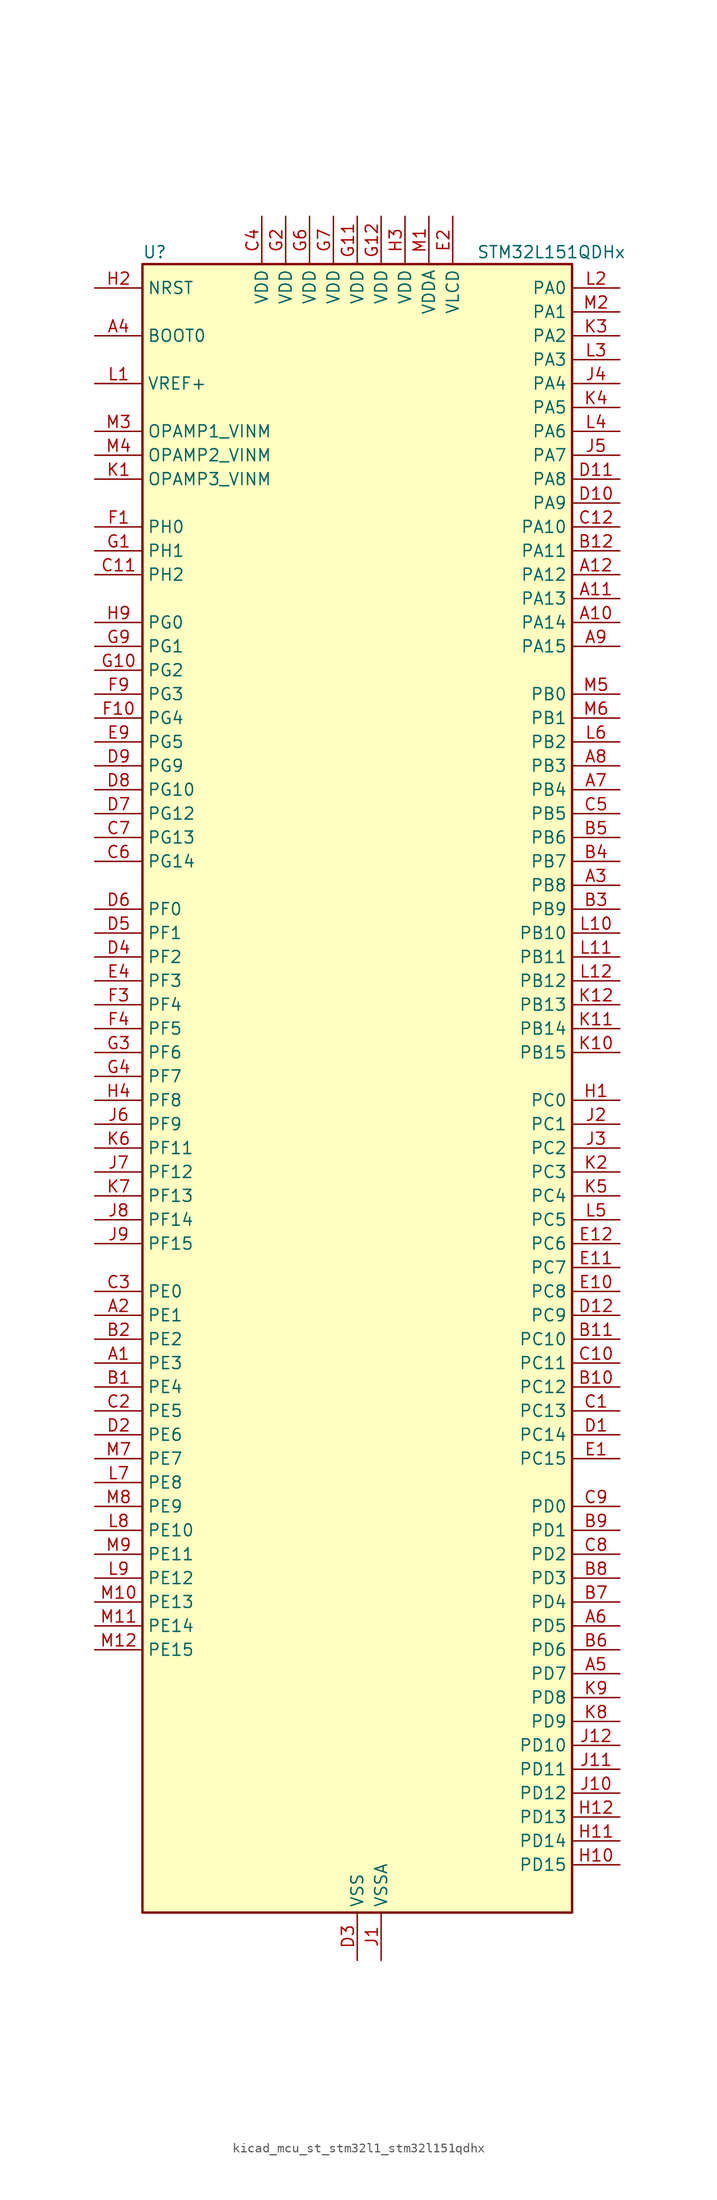
<source format=kicad_sym>
(kicad_symbol_lib
  (version 20220914)
  (generator kicad_symbol_editor)
  (symbol "kicad_mcu_st_stm32l1_stm32l151qdhx"
    (property "Reference" "U"
      (at -22.86 90.17 0)
      (effects (font (size 1.27 1.27)) (justify left)))
    (property "Value" "STM32L151QDHx"
      (at 12.7 90.17 0)
      (effects (font (size 1.27 1.27)) (justify left)))
    (property "ki_locked" ""
      (at 0 0 0)
      (effects (font (size 1.27 1.27))))
    (symbol "kicad_mcu_st_stm32l1_stm32l151qdhx_0_1"
      (rectangle (start -22.86 -86.36) (end 22.86 88.9) (stroke (width 0.254) (type default)) (fill (type background))))
    (symbol "kicad_mcu_st_stm32l1_stm32l151qdhx_1_1"
      (pin bidirectional line (at -27.94 -27.94 0) (length 5.08) (name "PE3" (effects (font (size 1.27 1.27)))) (number "A1" (effects (font (size 1.27 1.27)))) (alternate "FSMC_A19" bidirectional line) (alternate "SYS_TRACED0" bidirectional line) (alternate "TIM3_CH1" bidirectional line) (alternate "TIMX_IC4" bidirectional line))
      (pin bidirectional line (at 27.94 50.8 180) (length 5.08) (name "PA14" (effects (font (size 1.27 1.27)))) (number "A10" (effects (font (size 1.27 1.27)))) (alternate "SYS_JTCK-SWCLK" bidirectional line) (alternate "TIMX_IC3" bidirectional line) (alternate "TS_G5_IO2" bidirectional line))
      (pin bidirectional line (at 27.94 53.34 180) (length 5.08) (name "PA13" (effects (font (size 1.27 1.27)))) (number "A11" (effects (font (size 1.27 1.27)))) (alternate "SYS_JTMS-SWDIO" bidirectional line) (alternate "TIMX_IC2" bidirectional line) (alternate "TS_G5_IO1" bidirectional line))
      (pin bidirectional line (at 27.94 55.88 180) (length 5.08) (name "PA12" (effects (font (size 1.27 1.27)))) (number "A12" (effects (font (size 1.27 1.27)))) (alternate "SPI1_MOSI" bidirectional line) (alternate "TIMX_IC1" bidirectional line) (alternate "USART1_RTS" bidirectional line) (alternate "USB_DP" bidirectional line))
      (pin bidirectional line (at -27.94 -22.86 0) (length 5.08) (name "PE1" (effects (font (size 1.27 1.27)))) (number "A2" (effects (font (size 1.27 1.27)))) (alternate "FSMC_NBL1" bidirectional line) (alternate "TIM11_CH1" bidirectional line) (alternate "TIMX_IC2" bidirectional line))
      (pin bidirectional line (at 27.94 22.86 180) (length 5.08) (name "PB8" (effects (font (size 1.27 1.27)))) (number "A3" (effects (font (size 1.27 1.27)))) (alternate "I2C1_SCL" bidirectional line) (alternate "SDIO_D4" bidirectional line) (alternate "TIM10_CH1" bidirectional line) (alternate "TIM4_CH3" bidirectional line))
      (pin input line (at -27.94 81.28 0) (length 5.08) (name "BOOT0" (effects (font (size 1.27 1.27)))) (number "A4" (effects (font (size 1.27 1.27)))))
      (pin bidirectional line (at 27.94 -60.96 180) (length 5.08) (name "PD7" (effects (font (size 1.27 1.27)))) (number "A5" (effects (font (size 1.27 1.27)))) (alternate "FSMC_NE1" bidirectional line) (alternate "TIM9_CH2" bidirectional line) (alternate "TIMX_IC4" bidirectional line) (alternate "USART2_CK" bidirectional line))
      (pin bidirectional line (at 27.94 -55.88 180) (length 5.08) (name "PD5" (effects (font (size 1.27 1.27)))) (number "A6" (effects (font (size 1.27 1.27)))) (alternate "FSMC_NWE" bidirectional line) (alternate "TIMX_IC2" bidirectional line) (alternate "USART2_TX" bidirectional line))
      (pin bidirectional line (at 27.94 33.02 180) (length 5.08) (name "PB4" (effects (font (size 1.27 1.27)))) (number "A7" (effects (font (size 1.27 1.27)))) (alternate "COMP2_INP" bidirectional line) (alternate "SPI1_MISO" bidirectional line) (alternate "SPI3_MISO" bidirectional line) (alternate "SYS_JTRST" bidirectional line) (alternate "TIM3_CH1" bidirectional line) (alternate "TS_G6_IO1" bidirectional line))
      (pin bidirectional line (at 27.94 35.56 180) (length 5.08) (name "PB3" (effects (font (size 1.27 1.27)))) (number "A8" (effects (font (size 1.27 1.27)))) (alternate "COMP2_INM" bidirectional line) (alternate "I2S3_CK" bidirectional line) (alternate "SPI1_SCK" bidirectional line) (alternate "SPI3_SCK" bidirectional line) (alternate "SYS_JTDO-TRACESWO" bidirectional line) (alternate "TIM2_CH2" bidirectional line))
      (pin bidirectional line (at 27.94 48.26 180) (length 5.08) (name "PA15" (effects (font (size 1.27 1.27)))) (number "A9" (effects (font (size 1.27 1.27)))) (alternate "ADC_EXTI15" bidirectional line) (alternate "I2S3_WS" bidirectional line) (alternate "SPI1_NSS" bidirectional line) (alternate "SPI3_NSS" bidirectional line) (alternate "SYS_JTDI" bidirectional line) (alternate "TIM2_CH1" bidirectional line) (alternate "TIM2_ETR" bidirectional line) (alternate "TIMX_IC4" bidirectional line) (alternate "TS_G5_IO3" bidirectional line))
      (pin bidirectional line (at -27.94 -30.48 0) (length 5.08) (name "PE4" (effects (font (size 1.27 1.27)))) (number "B1" (effects (font (size 1.27 1.27)))) (alternate "FSMC_A20" bidirectional line) (alternate "SYS_TRACED1" bidirectional line) (alternate "TIM3_CH2" bidirectional line) (alternate "TIMX_IC1" bidirectional line))
      (pin bidirectional line (at 27.94 -30.48 180) (length 5.08) (name "PC12" (effects (font (size 1.27 1.27)))) (number "B10" (effects (font (size 1.27 1.27)))) (alternate "I2S3_SD" bidirectional line) (alternate "SDIO_CK" bidirectional line) (alternate "SPI3_MOSI" bidirectional line) (alternate "TIMX_IC1" bidirectional line) (alternate "UART5_TX" bidirectional line) (alternate "USART3_CK" bidirectional line))
      (pin bidirectional line (at 27.94 -25.4 180) (length 5.08) (name "PC10" (effects (font (size 1.27 1.27)))) (number "B11" (effects (font (size 1.27 1.27)))) (alternate "I2S3_CK" bidirectional line) (alternate "SDIO_D2" bidirectional line) (alternate "SPI3_SCK" bidirectional line) (alternate "TIMX_IC3" bidirectional line) (alternate "UART4_TX" bidirectional line) (alternate "USART3_TX" bidirectional line))
      (pin bidirectional line (at 27.94 58.42 180) (length 5.08) (name "PA11" (effects (font (size 1.27 1.27)))) (number "B12" (effects (font (size 1.27 1.27)))) (alternate "ADC_EXTI11" bidirectional line) (alternate "SPI1_MISO" bidirectional line) (alternate "TIMX_IC4" bidirectional line) (alternate "USART1_CTS" bidirectional line) (alternate "USB_DM" bidirectional line))
      (pin bidirectional line (at -27.94 -25.4 0) (length 5.08) (name "PE2" (effects (font (size 1.27 1.27)))) (number "B2" (effects (font (size 1.27 1.27)))) (alternate "FSMC_A23" bidirectional line) (alternate "SYS_TRACECK" bidirectional line) (alternate "TIM3_ETR" bidirectional line) (alternate "TIMX_IC3" bidirectional line))
      (pin bidirectional line (at 27.94 20.32 180) (length 5.08) (name "PB9" (effects (font (size 1.27 1.27)))) (number "B3" (effects (font (size 1.27 1.27)))) (alternate "DAC_EXTI9" bidirectional line) (alternate "I2C1_SDA" bidirectional line) (alternate "SDIO_D5" bidirectional line) (alternate "TIM11_CH1" bidirectional line) (alternate "TIM4_CH4" bidirectional line))
      (pin bidirectional line (at 27.94 25.4 180) (length 5.08) (name "PB7" (effects (font (size 1.27 1.27)))) (number "B4" (effects (font (size 1.27 1.27)))) (alternate "COMP2_INP" bidirectional line) (alternate "FSMC_NL" bidirectional line) (alternate "I2C1_SDA" bidirectional line) (alternate "SYS_PVD_IN" bidirectional line) (alternate "TIM4_CH2" bidirectional line) (alternate "TS_G6_IO4" bidirectional line) (alternate "USART1_RX" bidirectional line))
      (pin bidirectional line (at 27.94 27.94 180) (length 5.08) (name "PB6" (effects (font (size 1.27 1.27)))) (number "B5" (effects (font (size 1.27 1.27)))) (alternate "COMP2_INP" bidirectional line) (alternate "I2C1_SCL" bidirectional line) (alternate "TIM4_CH1" bidirectional line) (alternate "TS_G6_IO3" bidirectional line) (alternate "USART1_TX" bidirectional line))
      (pin bidirectional line (at 27.94 -58.42 180) (length 5.08) (name "PD6" (effects (font (size 1.27 1.27)))) (number "B6" (effects (font (size 1.27 1.27)))) (alternate "FSMC_NWAIT" bidirectional line) (alternate "TIMX_IC3" bidirectional line) (alternate "USART2_RX" bidirectional line))
      (pin bidirectional line (at 27.94 -53.34 180) (length 5.08) (name "PD4" (effects (font (size 1.27 1.27)))) (number "B7" (effects (font (size 1.27 1.27)))) (alternate "FSMC_NOE" bidirectional line) (alternate "I2S2_SD" bidirectional line) (alternate "SPI2_MOSI" bidirectional line) (alternate "TIMX_IC1" bidirectional line) (alternate "USART2_RTS" bidirectional line))
      (pin bidirectional line (at 27.94 -50.8 180) (length 5.08) (name "PD3" (effects (font (size 1.27 1.27)))) (number "B8" (effects (font (size 1.27 1.27)))) (alternate "FSMC_CLK" bidirectional line) (alternate "SPI2_MISO" bidirectional line) (alternate "TIMX_IC4" bidirectional line) (alternate "USART2_CTS" bidirectional line))
      (pin bidirectional line (at 27.94 -45.72 180) (length 5.08) (name "PD1" (effects (font (size 1.27 1.27)))) (number "B9" (effects (font (size 1.27 1.27)))) (alternate "FSMC_D3" bidirectional line) (alternate "FSMC_DA3" bidirectional line) (alternate "I2S2_CK" bidirectional line) (alternate "SPI2_SCK" bidirectional line) (alternate "TIMX_IC2" bidirectional line))
      (pin bidirectional line (at 27.94 -33.02 180) (length 5.08) (name "PC13" (effects (font (size 1.27 1.27)))) (number "C1" (effects (font (size 1.27 1.27)))) (alternate "RTC_OUT_ALARM" bidirectional line) (alternate "RTC_OUT_CALIB" bidirectional line) (alternate "RTC_TAMP1" bidirectional line) (alternate "RTC_TS" bidirectional line) (alternate "SYS_WKUP2" bidirectional line) (alternate "TIMX_IC2" bidirectional line))
      (pin bidirectional line (at 27.94 -27.94 180) (length 5.08) (name "PC11" (effects (font (size 1.27 1.27)))) (number "C10" (effects (font (size 1.27 1.27)))) (alternate "ADC_EXTI11" bidirectional line) (alternate "SDIO_D3" bidirectional line) (alternate "SPI3_MISO" bidirectional line) (alternate "TIMX_IC4" bidirectional line) (alternate "UART4_RX" bidirectional line) (alternate "USART3_RX" bidirectional line))
      (pin bidirectional line (at -27.94 55.88 0) (length 5.08) (name "PH2" (effects (font (size 1.27 1.27)))) (number "C11" (effects (font (size 1.27 1.27)))) (alternate "FSMC_A22" bidirectional line))
      (pin bidirectional line (at 27.94 60.96 180) (length 5.08) (name "PA10" (effects (font (size 1.27 1.27)))) (number "C12" (effects (font (size 1.27 1.27)))) (alternate "TIMX_IC3" bidirectional line) (alternate "TS_G4_IO3" bidirectional line) (alternate "USART1_RX" bidirectional line))
      (pin bidirectional line (at -27.94 -33.02 0) (length 5.08) (name "PE5" (effects (font (size 1.27 1.27)))) (number "C2" (effects (font (size 1.27 1.27)))) (alternate "FSMC_A21" bidirectional line) (alternate "SYS_TRACED2" bidirectional line) (alternate "TIM9_CH1" bidirectional line) (alternate "TIMX_IC2" bidirectional line))
      (pin bidirectional line (at -27.94 -20.32 0) (length 5.08) (name "PE0" (effects (font (size 1.27 1.27)))) (number "C3" (effects (font (size 1.27 1.27)))) (alternate "FSMC_NBL0" bidirectional line) (alternate "TIM10_CH1" bidirectional line) (alternate "TIM4_ETR" bidirectional line) (alternate "TIMX_IC1" bidirectional line))
      (pin power_in line (at -10.16 93.98 270) (length 5.08) (name "VDD" (effects (font (size 1.27 1.27)))) (number "C4" (effects (font (size 1.27 1.27)))))
      (pin bidirectional line (at 27.94 30.48 180) (length 5.08) (name "PB5" (effects (font (size 1.27 1.27)))) (number "C5" (effects (font (size 1.27 1.27)))) (alternate "COMP2_INP" bidirectional line) (alternate "I2C1_SMBA" bidirectional line) (alternate "I2S3_SD" bidirectional line) (alternate "SPI1_MOSI" bidirectional line) (alternate "SPI3_MOSI" bidirectional line) (alternate "TIM3_CH2" bidirectional line) (alternate "TS_G6_IO2" bidirectional line))
      (pin bidirectional line (at -27.94 25.4 0) (length 5.08) (name "PG14" (effects (font (size 1.27 1.27)))) (number "C6" (effects (font (size 1.27 1.27)))) (alternate "FSMC_A25" bidirectional line))
      (pin bidirectional line (at -27.94 27.94 0) (length 5.08) (name "PG13" (effects (font (size 1.27 1.27)))) (number "C7" (effects (font (size 1.27 1.27)))) (alternate "FSMC_A24" bidirectional line))
      (pin bidirectional line (at 27.94 -48.26 180) (length 5.08) (name "PD2" (effects (font (size 1.27 1.27)))) (number "C8" (effects (font (size 1.27 1.27)))) (alternate "SDIO_CMD" bidirectional line) (alternate "TIM3_ETR" bidirectional line) (alternate "TIMX_IC3" bidirectional line) (alternate "UART5_RX" bidirectional line))
      (pin bidirectional line (at 27.94 -43.18 180) (length 5.08) (name "PD0" (effects (font (size 1.27 1.27)))) (number "C9" (effects (font (size 1.27 1.27)))) (alternate "FSMC_D2" bidirectional line) (alternate "FSMC_DA2" bidirectional line) (alternate "I2S2_WS" bidirectional line) (alternate "SPI2_NSS" bidirectional line) (alternate "TIM9_CH1" bidirectional line) (alternate "TIMX_IC1" bidirectional line))
      (pin bidirectional line (at 27.94 -35.56 180) (length 5.08) (name "PC14" (effects (font (size 1.27 1.27)))) (number "D1" (effects (font (size 1.27 1.27)))) (alternate "RCC_OSC32_IN" bidirectional line) (alternate "TIMX_IC3" bidirectional line))
      (pin bidirectional line (at 27.94 63.5 180) (length 5.08) (name "PA9" (effects (font (size 1.27 1.27)))) (number "D10" (effects (font (size 1.27 1.27)))) (alternate "DAC_EXTI9" bidirectional line) (alternate "TIMX_IC2" bidirectional line) (alternate "TS_G4_IO2" bidirectional line) (alternate "USART1_TX" bidirectional line))
      (pin bidirectional line (at 27.94 66.04 180) (length 5.08) (name "PA8" (effects (font (size 1.27 1.27)))) (number "D11" (effects (font (size 1.27 1.27)))) (alternate "RCC_MCO" bidirectional line) (alternate "TIMX_IC1" bidirectional line) (alternate "TS_G4_IO1" bidirectional line) (alternate "USART1_CK" bidirectional line))
      (pin bidirectional line (at 27.94 -22.86 180) (length 5.08) (name "PC9" (effects (font (size 1.27 1.27)))) (number "D12" (effects (font (size 1.27 1.27)))) (alternate "DAC_EXTI9" bidirectional line) (alternate "SDIO_D1" bidirectional line) (alternate "TIM3_CH4" bidirectional line) (alternate "TIMX_IC2" bidirectional line) (alternate "TS_G10_IO4" bidirectional line))
      (pin bidirectional line (at -27.94 -35.56 0) (length 5.08) (name "PE6" (effects (font (size 1.27 1.27)))) (number "D2" (effects (font (size 1.27 1.27)))) (alternate "RTC_TAMP3" bidirectional line) (alternate "SYS_TRACED3" bidirectional line) (alternate "SYS_WKUP3" bidirectional line) (alternate "TIM9_CH2" bidirectional line) (alternate "TIMX_IC3" bidirectional line))
      (pin power_in line (at 0 -91.44 90) (length 5.08) (name "VSS" (effects (font (size 1.27 1.27)))) (number "D3" (effects (font (size 1.27 1.27)))))
      (pin bidirectional line (at -27.94 15.24 0) (length 5.08) (name "PF2" (effects (font (size 1.27 1.27)))) (number "D4" (effects (font (size 1.27 1.27)))) (alternate "FSMC_A2" bidirectional line))
      (pin bidirectional line (at -27.94 17.78 0) (length 5.08) (name "PF1" (effects (font (size 1.27 1.27)))) (number "D5" (effects (font (size 1.27 1.27)))) (alternate "FSMC_A1" bidirectional line))
      (pin bidirectional line (at -27.94 20.32 0) (length 5.08) (name "PF0" (effects (font (size 1.27 1.27)))) (number "D6" (effects (font (size 1.27 1.27)))) (alternate "FSMC_A0" bidirectional line))
      (pin bidirectional line (at -27.94 30.48 0) (length 5.08) (name "PG12" (effects (font (size 1.27 1.27)))) (number "D7" (effects (font (size 1.27 1.27)))) (alternate "FSMC_NE4" bidirectional line))
      (pin bidirectional line (at -27.94 33.02 0) (length 5.08) (name "PG10" (effects (font (size 1.27 1.27)))) (number "D8" (effects (font (size 1.27 1.27)))) (alternate "FSMC_NE3" bidirectional line))
      (pin bidirectional line (at -27.94 35.56 0) (length 5.08) (name "PG9" (effects (font (size 1.27 1.27)))) (number "D9" (effects (font (size 1.27 1.27)))) (alternate "DAC_EXTI9" bidirectional line) (alternate "FSMC_NE2" bidirectional line))
      (pin bidirectional line (at 27.94 -38.1 180) (length 5.08) (name "PC15" (effects (font (size 1.27 1.27)))) (number "E1" (effects (font (size 1.27 1.27)))) (alternate "ADC_EXTI15" bidirectional line) (alternate "RCC_OSC32_OUT" bidirectional line) (alternate "TIMX_IC4" bidirectional line))
      (pin bidirectional line (at 27.94 -20.32 180) (length 5.08) (name "PC8" (effects (font (size 1.27 1.27)))) (number "E10" (effects (font (size 1.27 1.27)))) (alternate "SDIO_D0" bidirectional line) (alternate "TIM3_CH3" bidirectional line) (alternate "TIMX_IC1" bidirectional line) (alternate "TS_G10_IO3" bidirectional line))
      (pin bidirectional line (at 27.94 -17.78 180) (length 5.08) (name "PC7" (effects (font (size 1.27 1.27)))) (number "E11" (effects (font (size 1.27 1.27)))) (alternate "I2S3_MCK" bidirectional line) (alternate "SDIO_D7" bidirectional line) (alternate "TIM3_CH2" bidirectional line) (alternate "TIMX_IC4" bidirectional line) (alternate "TS_G10_IO2" bidirectional line))
      (pin bidirectional line (at 27.94 -15.24 180) (length 5.08) (name "PC6" (effects (font (size 1.27 1.27)))) (number "E12" (effects (font (size 1.27 1.27)))) (alternate "I2S2_MCK" bidirectional line) (alternate "SDIO_D6" bidirectional line) (alternate "TIM3_CH1" bidirectional line) (alternate "TIMX_IC3" bidirectional line) (alternate "TS_G10_IO1" bidirectional line))
      (pin power_in line (at 10.16 93.98 270) (length 5.08) (name "VLCD" (effects (font (size 1.27 1.27)))) (number "E2" (effects (font (size 1.27 1.27)))))
      (pin passive line (at 0 -91.44 90) (length 5.08) hide (name "VSS" (effects (font (size 1.27 1.27)))) (number "E3" (effects (font (size 1.27 1.27)))))
      (pin bidirectional line (at -27.94 12.7 0) (length 5.08) (name "PF3" (effects (font (size 1.27 1.27)))) (number "E4" (effects (font (size 1.27 1.27)))) (alternate "FSMC_A3" bidirectional line))
      (pin bidirectional line (at -27.94 38.1 0) (length 5.08) (name "PG5" (effects (font (size 1.27 1.27)))) (number "E9" (effects (font (size 1.27 1.27)))) (alternate "FSMC_A15" bidirectional line))
      (pin bidirectional line (at -27.94 60.96 0) (length 5.08) (name "PH0" (effects (font (size 1.27 1.27)))) (number "F1" (effects (font (size 1.27 1.27)))) (alternate "RCC_OSC_IN" bidirectional line))
      (pin bidirectional line (at -27.94 40.64 0) (length 5.08) (name "PG4" (effects (font (size 1.27 1.27)))) (number "F10" (effects (font (size 1.27 1.27)))) (alternate "ADC_IN12b" bidirectional line) (alternate "FSMC_A14" bidirectional line) (alternate "TS_G7_IO7" bidirectional line))
      (pin passive line (at 0 -91.44 90) (length 5.08) hide (name "VSS" (effects (font (size 1.27 1.27)))) (number "F11" (effects (font (size 1.27 1.27)))))
      (pin passive line (at 0 -91.44 90) (length 5.08) hide (name "VSS" (effects (font (size 1.27 1.27)))) (number "F12" (effects (font (size 1.27 1.27)))))
      (pin passive line (at 0 -91.44 90) (length 5.08) hide (name "VSS" (effects (font (size 1.27 1.27)))) (number "F2" (effects (font (size 1.27 1.27)))))
      (pin bidirectional line (at -27.94 10.16 0) (length 5.08) (name "PF4" (effects (font (size 1.27 1.27)))) (number "F3" (effects (font (size 1.27 1.27)))) (alternate "FSMC_A4" bidirectional line))
      (pin bidirectional line (at -27.94 7.62 0) (length 5.08) (name "PF5" (effects (font (size 1.27 1.27)))) (number "F4" (effects (font (size 1.27 1.27)))) (alternate "FSMC_A5" bidirectional line))
      (pin passive line (at 0 -91.44 90) (length 5.08) hide (name "VSS" (effects (font (size 1.27 1.27)))) (number "F6" (effects (font (size 1.27 1.27)))))
      (pin passive line (at 0 -91.44 90) (length 5.08) hide (name "VSS" (effects (font (size 1.27 1.27)))) (number "F7" (effects (font (size 1.27 1.27)))))
      (pin bidirectional line (at -27.94 43.18 0) (length 5.08) (name "PG3" (effects (font (size 1.27 1.27)))) (number "F9" (effects (font (size 1.27 1.27)))) (alternate "ADC_IN11b" bidirectional line) (alternate "FSMC_A13" bidirectional line) (alternate "TS_G7_IO6" bidirectional line))
      (pin bidirectional line (at -27.94 58.42 0) (length 5.08) (name "PH1" (effects (font (size 1.27 1.27)))) (number "G1" (effects (font (size 1.27 1.27)))) (alternate "RCC_OSC_OUT" bidirectional line))
      (pin bidirectional line (at -27.94 45.72 0) (length 5.08) (name "PG2" (effects (font (size 1.27 1.27)))) (number "G10" (effects (font (size 1.27 1.27)))) (alternate "ADC_IN10b" bidirectional line) (alternate "FSMC_A12" bidirectional line) (alternate "TS_G7_IO5" bidirectional line))
      (pin power_in line (at 0 93.98 270) (length 5.08) (name "VDD" (effects (font (size 1.27 1.27)))) (number "G11" (effects (font (size 1.27 1.27)))))
      (pin power_in line (at 2.54 93.98 270) (length 5.08) (name "VDD" (effects (font (size 1.27 1.27)))) (number "G12" (effects (font (size 1.27 1.27)))))
      (pin power_in line (at -7.62 93.98 270) (length 5.08) (name "VDD" (effects (font (size 1.27 1.27)))) (number "G2" (effects (font (size 1.27 1.27)))))
      (pin bidirectional line (at -27.94 5.08 0) (length 5.08) (name "PF6" (effects (font (size 1.27 1.27)))) (number "G3" (effects (font (size 1.27 1.27)))) (alternate "ADC_IN27" bidirectional line) (alternate "TIM5_CH1" bidirectional line) (alternate "TIM5_ETR" bidirectional line) (alternate "TS_G11_IO1" bidirectional line))
      (pin bidirectional line (at -27.94 2.54 0) (length 5.08) (name "PF7" (effects (font (size 1.27 1.27)))) (number "G4" (effects (font (size 1.27 1.27)))) (alternate "ADC_IN28" bidirectional line) (alternate "COMP1_INP" bidirectional line) (alternate "TIM5_CH2" bidirectional line) (alternate "TS_G11_IO2" bidirectional line))
      (pin power_in line (at -5.08 93.98 270) (length 5.08) (name "VDD" (effects (font (size 1.27 1.27)))) (number "G6" (effects (font (size 1.27 1.27)))))
      (pin power_in line (at -2.54 93.98 270) (length 5.08) (name "VDD" (effects (font (size 1.27 1.27)))) (number "G7" (effects (font (size 1.27 1.27)))))
      (pin bidirectional line (at -27.94 48.26 0) (length 5.08) (name "PG1" (effects (font (size 1.27 1.27)))) (number "G9" (effects (font (size 1.27 1.27)))) (alternate "ADC_IN9b" bidirectional line) (alternate "FSMC_A11" bidirectional line) (alternate "TS_G2_IO5" bidirectional line))
      (pin bidirectional line (at 27.94 0 180) (length 5.08) (name "PC0" (effects (font (size 1.27 1.27)))) (number "H1" (effects (font (size 1.27 1.27)))) (alternate "ADC_IN10" bidirectional line) (alternate "COMP1_INP" bidirectional line) (alternate "TIMX_IC1" bidirectional line) (alternate "TS_G8_IO1" bidirectional line))
      (pin bidirectional line (at 27.94 -81.28 180) (length 5.08) (name "PD15" (effects (font (size 1.27 1.27)))) (number "H10" (effects (font (size 1.27 1.27)))) (alternate "ADC_EXTI15" bidirectional line) (alternate "FSMC_D1" bidirectional line) (alternate "FSMC_DA1" bidirectional line) (alternate "TIM4_CH4" bidirectional line) (alternate "TIMX_IC4" bidirectional line))
      (pin bidirectional line (at 27.94 -78.74 180) (length 5.08) (name "PD14" (effects (font (size 1.27 1.27)))) (number "H11" (effects (font (size 1.27 1.27)))) (alternate "FSMC_D0" bidirectional line) (alternate "FSMC_DA0" bidirectional line) (alternate "TIM4_CH3" bidirectional line) (alternate "TIMX_IC3" bidirectional line))
      (pin bidirectional line (at 27.94 -76.2 180) (length 5.08) (name "PD13" (effects (font (size 1.27 1.27)))) (number "H12" (effects (font (size 1.27 1.27)))) (alternate "FSMC_A18" bidirectional line) (alternate "TIM4_CH2" bidirectional line) (alternate "TIMX_IC2" bidirectional line))
      (pin input line (at -27.94 86.36 0) (length 5.08) (name "NRST" (effects (font (size 1.27 1.27)))) (number "H2" (effects (font (size 1.27 1.27)))))
      (pin power_in line (at 5.08 93.98 270) (length 5.08) (name "VDD" (effects (font (size 1.27 1.27)))) (number "H3" (effects (font (size 1.27 1.27)))))
      (pin bidirectional line (at -27.94 0 0) (length 5.08) (name "PF8" (effects (font (size 1.27 1.27)))) (number "H4" (effects (font (size 1.27 1.27)))) (alternate "ADC_IN29" bidirectional line) (alternate "COMP1_INP" bidirectional line) (alternate "TIM5_CH3" bidirectional line) (alternate "TS_G11_IO3" bidirectional line))
      (pin bidirectional line (at -27.94 50.8 0) (length 5.08) (name "PG0" (effects (font (size 1.27 1.27)))) (number "H9" (effects (font (size 1.27 1.27)))) (alternate "ADC_IN8b" bidirectional line) (alternate "FSMC_A10" bidirectional line) (alternate "TS_G2_IO4" bidirectional line))
      (pin power_in line (at 2.54 -91.44 90) (length 5.08) (name "VSSA" (effects (font (size 1.27 1.27)))) (number "J1" (effects (font (size 1.27 1.27)))))
      (pin bidirectional line (at 27.94 -73.66 180) (length 5.08) (name "PD12" (effects (font (size 1.27 1.27)))) (number "J10" (effects (font (size 1.27 1.27)))) (alternate "FSMC_A17" bidirectional line) (alternate "TIM4_CH1" bidirectional line) (alternate "TIMX_IC1" bidirectional line) (alternate "USART3_RTS" bidirectional line))
      (pin bidirectional line (at 27.94 -71.12 180) (length 5.08) (name "PD11" (effects (font (size 1.27 1.27)))) (number "J11" (effects (font (size 1.27 1.27)))) (alternate "ADC_EXTI11" bidirectional line) (alternate "FSMC_A16" bidirectional line) (alternate "TIMX_IC4" bidirectional line) (alternate "USART3_CTS" bidirectional line))
      (pin bidirectional line (at 27.94 -68.58 180) (length 5.08) (name "PD10" (effects (font (size 1.27 1.27)))) (number "J12" (effects (font (size 1.27 1.27)))) (alternate "FSMC_D15" bidirectional line) (alternate "FSMC_DA15" bidirectional line) (alternate "TIMX_IC3" bidirectional line) (alternate "USART3_CK" bidirectional line))
      (pin bidirectional line (at 27.94 -2.54 180) (length 5.08) (name "PC1" (effects (font (size 1.27 1.27)))) (number "J2" (effects (font (size 1.27 1.27)))) (alternate "ADC_IN11" bidirectional line) (alternate "COMP1_INP" bidirectional line) (alternate "OPAMP3_VINP" bidirectional line) (alternate "TIMX_IC2" bidirectional line) (alternate "TS_G8_IO2" bidirectional line))
      (pin bidirectional line (at 27.94 -5.08 180) (length 5.08) (name "PC2" (effects (font (size 1.27 1.27)))) (number "J3" (effects (font (size 1.27 1.27)))) (alternate "ADC_IN12" bidirectional line) (alternate "COMP1_INP" bidirectional line) (alternate "TIMX_IC3" bidirectional line) (alternate "TS_G8_IO3" bidirectional line))
      (pin bidirectional line (at 27.94 76.2 180) (length 5.08) (name "PA4" (effects (font (size 1.27 1.27)))) (number "J4" (effects (font (size 1.27 1.27)))) (alternate "ADC_IN4" bidirectional line) (alternate "COMP1_INP" bidirectional line) (alternate "DAC_OUT1" bidirectional line) (alternate "I2S3_WS" bidirectional line) (alternate "SPI1_NSS" bidirectional line) (alternate "SPI3_NSS" bidirectional line) (alternate "TIMX_IC1" bidirectional line) (alternate "USART2_CK" bidirectional line))
      (pin bidirectional line (at 27.94 68.58 180) (length 5.08) (name "PA7" (effects (font (size 1.27 1.27)))) (number "J5" (effects (font (size 1.27 1.27)))) (alternate "ADC_IN7" bidirectional line) (alternate "COMP1_INP" bidirectional line) (alternate "SPI1_MOSI" bidirectional line) (alternate "TIM11_CH1" bidirectional line) (alternate "TIM3_CH2" bidirectional line) (alternate "TIMX_IC4" bidirectional line) (alternate "TS_G2_IO2" bidirectional line))
      (pin bidirectional line (at -27.94 -2.54 0) (length 5.08) (name "PF9" (effects (font (size 1.27 1.27)))) (number "J6" (effects (font (size 1.27 1.27)))) (alternate "ADC_IN30" bidirectional line) (alternate "COMP1_INP" bidirectional line) (alternate "DAC_EXTI9" bidirectional line) (alternate "TIM5_CH4" bidirectional line) (alternate "TS_G11_IO4" bidirectional line))
      (pin bidirectional line (at -27.94 -7.62 0) (length 5.08) (name "PF12" (effects (font (size 1.27 1.27)))) (number "J7" (effects (font (size 1.27 1.27)))) (alternate "ADC_IN2b" bidirectional line) (alternate "FSMC_A6" bidirectional line) (alternate "TS_G3_IO5" bidirectional line))
      (pin bidirectional line (at -27.94 -12.7 0) (length 5.08) (name "PF14" (effects (font (size 1.27 1.27)))) (number "J8" (effects (font (size 1.27 1.27)))) (alternate "ADC_IN6b" bidirectional line) (alternate "FSMC_A8" bidirectional line) (alternate "TS_G9_IO4" bidirectional line))
      (pin bidirectional line (at -27.94 -15.24 0) (length 5.08) (name "PF15" (effects (font (size 1.27 1.27)))) (number "J9" (effects (font (size 1.27 1.27)))) (alternate "ADC_EXTI15" bidirectional line) (alternate "ADC_IN7b" bidirectional line) (alternate "FSMC_A9" bidirectional line) (alternate "TS_G2_IO3" bidirectional line))
      (pin input line (at -27.94 66.04 0) (length 5.08) (name "OPAMP3_VINM" (effects (font (size 1.27 1.27)))) (number "K1" (effects (font (size 1.27 1.27)))) (alternate "OPAMP3_VINM" bidirectional line))
      (pin bidirectional line (at 27.94 5.08 180) (length 5.08) (name "PB15" (effects (font (size 1.27 1.27)))) (number "K10" (effects (font (size 1.27 1.27)))) (alternate "ADC_EXTI15" bidirectional line) (alternate "ADC_IN21" bidirectional line) (alternate "COMP1_INP" bidirectional line) (alternate "I2S2_SD" bidirectional line) (alternate "RTC_REFIN" bidirectional line) (alternate "SPI2_MOSI" bidirectional line) (alternate "TIM11_CH1" bidirectional line) (alternate "TS_G7_IO4" bidirectional line))
      (pin bidirectional line (at 27.94 7.62 180) (length 5.08) (name "PB14" (effects (font (size 1.27 1.27)))) (number "K11" (effects (font (size 1.27 1.27)))) (alternate "ADC_IN20" bidirectional line) (alternate "COMP1_INP" bidirectional line) (alternate "SPI2_MISO" bidirectional line) (alternate "TIM9_CH2" bidirectional line) (alternate "TS_G7_IO3" bidirectional line) (alternate "USART3_RTS" bidirectional line))
      (pin bidirectional line (at 27.94 10.16 180) (length 5.08) (name "PB13" (effects (font (size 1.27 1.27)))) (number "K12" (effects (font (size 1.27 1.27)))) (alternate "ADC_IN19" bidirectional line) (alternate "COMP1_INP" bidirectional line) (alternate "I2S2_CK" bidirectional line) (alternate "SPI2_SCK" bidirectional line) (alternate "TIM9_CH1" bidirectional line) (alternate "TS_G7_IO2" bidirectional line) (alternate "USART3_CTS" bidirectional line))
      (pin bidirectional line (at 27.94 -7.62 180) (length 5.08) (name "PC3" (effects (font (size 1.27 1.27)))) (number "K2" (effects (font (size 1.27 1.27)))) (alternate "ADC_IN13" bidirectional line) (alternate "COMP1_INP" bidirectional line) (alternate "OPAMP3_VOUT" bidirectional line) (alternate "TIMX_IC4" bidirectional line) (alternate "TS_G8_IO4" bidirectional line))
      (pin bidirectional line (at 27.94 81.28 180) (length 5.08) (name "PA2" (effects (font (size 1.27 1.27)))) (number "K3" (effects (font (size 1.27 1.27)))) (alternate "ADC_IN2" bidirectional line) (alternate "COMP1_INP" bidirectional line) (alternate "TIM2_CH3" bidirectional line) (alternate "TIM5_CH3" bidirectional line) (alternate "TIM9_CH1" bidirectional line) (alternate "TIMX_IC3" bidirectional line) (alternate "TS_G1_IO3" bidirectional line) (alternate "USART2_TX" bidirectional line))
      (pin bidirectional line (at 27.94 73.66 180) (length 5.08) (name "PA5" (effects (font (size 1.27 1.27)))) (number "K4" (effects (font (size 1.27 1.27)))) (alternate "ADC_IN5" bidirectional line) (alternate "COMP1_INP" bidirectional line) (alternate "DAC_OUT2" bidirectional line) (alternate "SPI1_SCK" bidirectional line) (alternate "TIM2_CH1" bidirectional line) (alternate "TIM2_ETR" bidirectional line) (alternate "TIMX_IC2" bidirectional line))
      (pin bidirectional line (at 27.94 -10.16 180) (length 5.08) (name "PC4" (effects (font (size 1.27 1.27)))) (number "K5" (effects (font (size 1.27 1.27)))) (alternate "ADC_IN14" bidirectional line) (alternate "COMP1_INP" bidirectional line) (alternate "TIMX_IC1" bidirectional line) (alternate "TS_G9_IO1" bidirectional line))
      (pin bidirectional line (at -27.94 -5.08 0) (length 5.08) (name "PF11" (effects (font (size 1.27 1.27)))) (number "K6" (effects (font (size 1.27 1.27)))) (alternate "ADC_EXTI11" bidirectional line) (alternate "ADC_IN1b" bidirectional line) (alternate "TS_G3_IO4" bidirectional line))
      (pin bidirectional line (at -27.94 -10.16 0) (length 5.08) (name "PF13" (effects (font (size 1.27 1.27)))) (number "K7" (effects (font (size 1.27 1.27)))) (alternate "ADC_IN3b" bidirectional line) (alternate "FSMC_A7" bidirectional line) (alternate "TS_G9_IO3" bidirectional line))
      (pin bidirectional line (at 27.94 -66.04 180) (length 5.08) (name "PD9" (effects (font (size 1.27 1.27)))) (number "K8" (effects (font (size 1.27 1.27)))) (alternate "DAC_EXTI9" bidirectional line) (alternate "FSMC_D14" bidirectional line) (alternate "FSMC_DA14" bidirectional line) (alternate "TIMX_IC2" bidirectional line) (alternate "USART3_RX" bidirectional line))
      (pin bidirectional line (at 27.94 -63.5 180) (length 5.08) (name "PD8" (effects (font (size 1.27 1.27)))) (number "K9" (effects (font (size 1.27 1.27)))) (alternate "FSMC_D13" bidirectional line) (alternate "FSMC_DA13" bidirectional line) (alternate "TIMX_IC1" bidirectional line) (alternate "USART3_TX" bidirectional line))
      (pin input line (at -27.94 76.2 0) (length 5.08) (name "VREF+" (effects (font (size 1.27 1.27)))) (number "L1" (effects (font (size 1.27 1.27)))))
      (pin bidirectional line (at 27.94 17.78 180) (length 5.08) (name "PB10" (effects (font (size 1.27 1.27)))) (number "L10" (effects (font (size 1.27 1.27)))) (alternate "I2C2_SCL" bidirectional line) (alternate "TIM2_CH3" bidirectional line) (alternate "USART3_TX" bidirectional line))
      (pin bidirectional line (at 27.94 15.24 180) (length 5.08) (name "PB11" (effects (font (size 1.27 1.27)))) (number "L11" (effects (font (size 1.27 1.27)))) (alternate "ADC_EXTI11" bidirectional line) (alternate "I2C2_SDA" bidirectional line) (alternate "TIM2_CH4" bidirectional line) (alternate "USART3_RX" bidirectional line))
      (pin bidirectional line (at 27.94 12.7 180) (length 5.08) (name "PB12" (effects (font (size 1.27 1.27)))) (number "L12" (effects (font (size 1.27 1.27)))) (alternate "ADC_IN18" bidirectional line) (alternate "COMP1_INP" bidirectional line) (alternate "I2C2_SMBA" bidirectional line) (alternate "I2S2_WS" bidirectional line) (alternate "SPI2_NSS" bidirectional line) (alternate "TIM10_CH1" bidirectional line) (alternate "TS_G7_IO1" bidirectional line) (alternate "USART3_CK" bidirectional line))
      (pin bidirectional line (at 27.94 86.36 180) (length 5.08) (name "PA0" (effects (font (size 1.27 1.27)))) (number "L2" (effects (font (size 1.27 1.27)))) (alternate "ADC_IN0" bidirectional line) (alternate "COMP1_INP" bidirectional line) (alternate "RTC_TAMP2" bidirectional line) (alternate "SYS_WKUP1" bidirectional line) (alternate "TIM2_CH1" bidirectional line) (alternate "TIM2_ETR" bidirectional line) (alternate "TIM5_CH1" bidirectional line) (alternate "TIMX_IC1" bidirectional line) (alternate "TS_G1_IO1" bidirectional line) (alternate "USART2_CTS" bidirectional line))
      (pin bidirectional line (at 27.94 78.74 180) (length 5.08) (name "PA3" (effects (font (size 1.27 1.27)))) (number "L3" (effects (font (size 1.27 1.27)))) (alternate "ADC_IN3" bidirectional line) (alternate "COMP1_INP" bidirectional line) (alternate "OPAMP1_VOUT" bidirectional line) (alternate "TIM2_CH4" bidirectional line) (alternate "TIM5_CH4" bidirectional line) (alternate "TIM9_CH2" bidirectional line) (alternate "TIMX_IC4" bidirectional line) (alternate "TS_G1_IO4" bidirectional line) (alternate "USART2_RX" bidirectional line))
      (pin bidirectional line (at 27.94 71.12 180) (length 5.08) (name "PA6" (effects (font (size 1.27 1.27)))) (number "L4" (effects (font (size 1.27 1.27)))) (alternate "ADC_IN6" bidirectional line) (alternate "COMP1_INP" bidirectional line) (alternate "OPAMP2_VINP" bidirectional line) (alternate "SPI1_MISO" bidirectional line) (alternate "TIM10_CH1" bidirectional line) (alternate "TIM3_CH1" bidirectional line) (alternate "TIMX_IC3" bidirectional line) (alternate "TS_G2_IO1" bidirectional line))
      (pin bidirectional line (at 27.94 -12.7 180) (length 5.08) (name "PC5" (effects (font (size 1.27 1.27)))) (number "L5" (effects (font (size 1.27 1.27)))) (alternate "ADC_IN15" bidirectional line) (alternate "COMP1_INP" bidirectional line) (alternate "TIMX_IC2" bidirectional line) (alternate "TS_G9_IO2" bidirectional line))
      (pin bidirectional line (at 27.94 38.1 180) (length 5.08) (name "PB2" (effects (font (size 1.27 1.27)))) (number "L6" (effects (font (size 1.27 1.27)))) (alternate "ADC_IN0b" bidirectional line) (alternate "TS_G3_IO3" bidirectional line))
      (pin bidirectional line (at -27.94 -40.64 0) (length 5.08) (name "PE8" (effects (font (size 1.27 1.27)))) (number "L7" (effects (font (size 1.27 1.27)))) (alternate "ADC_IN23" bidirectional line) (alternate "COMP1_INP" bidirectional line) (alternate "FSMC_D5" bidirectional line) (alternate "FSMC_DA5" bidirectional line) (alternate "TIMX_IC1" bidirectional line))
      (pin bidirectional line (at -27.94 -45.72 0) (length 5.08) (name "PE10" (effects (font (size 1.27 1.27)))) (number "L8" (effects (font (size 1.27 1.27)))) (alternate "ADC_IN25" bidirectional line) (alternate "COMP1_INP" bidirectional line) (alternate "FSMC_D7" bidirectional line) (alternate "FSMC_DA7" bidirectional line) (alternate "TIM2_CH2" bidirectional line) (alternate "TIMX_IC3" bidirectional line))
      (pin bidirectional line (at -27.94 -50.8 0) (length 5.08) (name "PE12" (effects (font (size 1.27 1.27)))) (number "L9" (effects (font (size 1.27 1.27)))) (alternate "FSMC_D9" bidirectional line) (alternate "FSMC_DA9" bidirectional line) (alternate "SPI1_NSS" bidirectional line) (alternate "TIM2_CH4" bidirectional line) (alternate "TIMX_IC1" bidirectional line))
      (pin power_in line (at 7.62 93.98 270) (length 5.08) (name "VDDA" (effects (font (size 1.27 1.27)))) (number "M1" (effects (font (size 1.27 1.27)))))
      (pin bidirectional line (at -27.94 -53.34 0) (length 5.08) (name "PE13" (effects (font (size 1.27 1.27)))) (number "M10" (effects (font (size 1.27 1.27)))) (alternate "FSMC_D10" bidirectional line) (alternate "FSMC_DA10" bidirectional line) (alternate "SPI1_SCK" bidirectional line) (alternate "TIMX_IC2" bidirectional line))
      (pin bidirectional line (at -27.94 -55.88 0) (length 5.08) (name "PE14" (effects (font (size 1.27 1.27)))) (number "M11" (effects (font (size 1.27 1.27)))) (alternate "FSMC_D11" bidirectional line) (alternate "FSMC_DA11" bidirectional line) (alternate "SPI1_MISO" bidirectional line) (alternate "TIMX_IC3" bidirectional line))
      (pin bidirectional line (at -27.94 -58.42 0) (length 5.08) (name "PE15" (effects (font (size 1.27 1.27)))) (number "M12" (effects (font (size 1.27 1.27)))) (alternate "ADC_EXTI15" bidirectional line) (alternate "FSMC_D12" bidirectional line) (alternate "FSMC_DA12" bidirectional line) (alternate "SPI1_MOSI" bidirectional line) (alternate "TIMX_IC4" bidirectional line))
      (pin bidirectional line (at 27.94 83.82 180) (length 5.08) (name "PA1" (effects (font (size 1.27 1.27)))) (number "M2" (effects (font (size 1.27 1.27)))) (alternate "ADC_IN1" bidirectional line) (alternate "COMP1_INP" bidirectional line) (alternate "OPAMP1_VINP" bidirectional line) (alternate "TIM2_CH2" bidirectional line) (alternate "TIM5_CH2" bidirectional line) (alternate "TIMX_IC2" bidirectional line) (alternate "TS_G1_IO2" bidirectional line) (alternate "USART2_RTS" bidirectional line))
      (pin input line (at -27.94 71.12 0) (length 5.08) (name "OPAMP1_VINM" (effects (font (size 1.27 1.27)))) (number "M3" (effects (font (size 1.27 1.27)))) (alternate "OPAMP1_VINM" bidirectional line))
      (pin input line (at -27.94 68.58 0) (length 5.08) (name "OPAMP2_VINM" (effects (font (size 1.27 1.27)))) (number "M4" (effects (font (size 1.27 1.27)))) (alternate "OPAMP2_VINM" bidirectional line))
      (pin bidirectional line (at 27.94 43.18 180) (length 5.08) (name "PB0" (effects (font (size 1.27 1.27)))) (number "M5" (effects (font (size 1.27 1.27)))) (alternate "ADC_IN8" bidirectional line) (alternate "COMP1_INP" bidirectional line) (alternate "OPAMP2_VOUT" bidirectional line) (alternate "SYS_V_REF_OUT" bidirectional line) (alternate "TIM3_CH3" bidirectional line) (alternate "TS_G3_IO1" bidirectional line))
      (pin bidirectional line (at 27.94 40.64 180) (length 5.08) (name "PB1" (effects (font (size 1.27 1.27)))) (number "M6" (effects (font (size 1.27 1.27)))) (alternate "ADC_IN9" bidirectional line) (alternate "COMP1_INP" bidirectional line) (alternate "SYS_V_REF_OUT" bidirectional line) (alternate "TIM3_CH4" bidirectional line) (alternate "TS_G3_IO2" bidirectional line))
      (pin bidirectional line (at -27.94 -38.1 0) (length 5.08) (name "PE7" (effects (font (size 1.27 1.27)))) (number "M7" (effects (font (size 1.27 1.27)))) (alternate "ADC_IN22" bidirectional line) (alternate "COMP1_INP" bidirectional line) (alternate "FSMC_D4" bidirectional line) (alternate "FSMC_DA4" bidirectional line) (alternate "TIMX_IC4" bidirectional line))
      (pin bidirectional line (at -27.94 -43.18 0) (length 5.08) (name "PE9" (effects (font (size 1.27 1.27)))) (number "M8" (effects (font (size 1.27 1.27)))) (alternate "ADC_IN24" bidirectional line) (alternate "COMP1_INP" bidirectional line) (alternate "DAC_EXTI9" bidirectional line) (alternate "FSMC_D6" bidirectional line) (alternate "FSMC_DA6" bidirectional line) (alternate "TIM2_CH1" bidirectional line) (alternate "TIM2_ETR" bidirectional line) (alternate "TIMX_IC2" bidirectional line))
      (pin bidirectional line (at -27.94 -48.26 0) (length 5.08) (name "PE11" (effects (font (size 1.27 1.27)))) (number "M9" (effects (font (size 1.27 1.27)))) (alternate "ADC_EXTI11" bidirectional line) (alternate "FSMC_D8" bidirectional line) (alternate "FSMC_DA8" bidirectional line) (alternate "TIM2_CH3" bidirectional line) (alternate "TIMX_IC4" bidirectional line)))))
</source>
